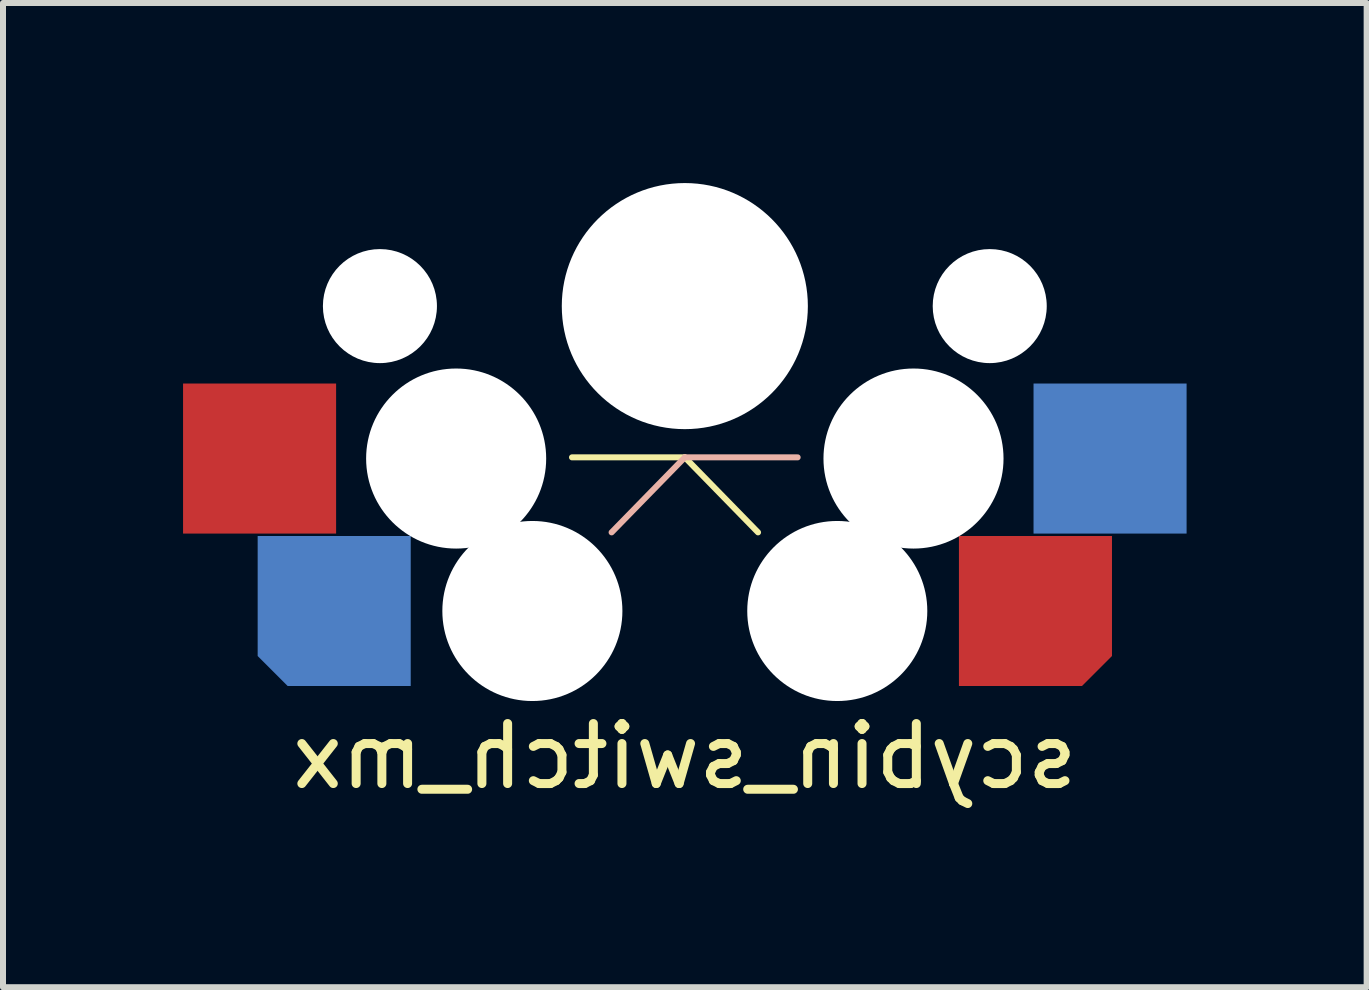
<source format=kicad_pcb>
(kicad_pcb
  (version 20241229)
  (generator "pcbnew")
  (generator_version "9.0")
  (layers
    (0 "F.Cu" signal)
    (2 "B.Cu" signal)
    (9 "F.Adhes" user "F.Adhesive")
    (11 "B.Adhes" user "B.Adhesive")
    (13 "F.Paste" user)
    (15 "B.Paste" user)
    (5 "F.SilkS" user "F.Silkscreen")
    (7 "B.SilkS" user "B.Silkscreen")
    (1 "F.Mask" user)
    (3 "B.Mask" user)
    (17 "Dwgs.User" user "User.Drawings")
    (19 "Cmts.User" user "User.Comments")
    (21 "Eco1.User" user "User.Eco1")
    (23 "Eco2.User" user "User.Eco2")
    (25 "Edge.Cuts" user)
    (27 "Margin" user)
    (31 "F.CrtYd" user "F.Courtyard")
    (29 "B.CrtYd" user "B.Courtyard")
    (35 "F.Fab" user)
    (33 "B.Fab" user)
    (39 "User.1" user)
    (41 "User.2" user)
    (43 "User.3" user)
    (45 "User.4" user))
  (footprint "scybin_switch_mx"
    (layer "F.Cu")
    (at 8.36 2.05)
    (property "Reference" "scybin_switch_mx" (at 0 7.5 0) (layer "F.SilkS") (effects (font (size 1 1) (thickness 0.15)) (justify mirror)))
    (fp_line (start 0 2.52) (end -1.88 2.52) (stroke (width 0.1) (type default)) (layer "F.SilkS"))
    (fp_line (start 1.22 3.77) (end 0 2.52) (stroke (width 0.1) (type default)) (layer "F.SilkS"))
    (fp_line (start -1.22 3.77) (end 0 2.52) (stroke (width 0.1) (type default)) (layer "B.SilkS"))
    (fp_line (start 0 2.52) (end 1.88 2.52) (stroke (width 0.1) (type default)) (layer "B.SilkS"))
    (pad "" np_thru_hole circle (at -5.08 0 180) (size 1.9 1.9) (drill 1.9) (layers "*.Cu" "*.Mask"))
    (pad "" np_thru_hole circle (at -3.81 2.54 180) (size 3 3) (drill 3) (layers "*.Cu" "*.Mask"))
    (pad "" np_thru_hole circle (at -2.54 5.08 180) (size 3 3) (drill 3) (layers "*.Cu" "*.Mask"))
    (pad "" np_thru_hole circle (at 0 0 180) (size 4.1 4.1) (drill 4.1) (layers "*.Cu" "*.Mask"))
    (pad "" np_thru_hole circle (at 2.54 5.08 180) (size 3 3) (drill 3) (layers "*.Cu" "*.Mask"))
    (pad "" np_thru_hole circle (at 3.81 2.54 180) (size 3 3) (drill 3) (layers "*.Cu" "*.Mask"))
    (pad "" np_thru_hole circle (at 5.08 0 180) (size 1.9 1.9) (drill 1.9) (layers "*.Cu" "*.Mask"))
    (pad "1" smd rect (at -7.085 2.54 180) (size 2.55 2.5) (layers "F.Cu" "F.Mask" "F.Paste"))
    (pad "1" smd rect (at 7.085 2.54 180) (size 2.55 2.5) (layers "B.Cu" "B.Mask" "B.Paste"))
    (pad "2" smd roundrect (at -5.842 5.08 180) (size 2.55 2.5) (layers "B.Cu" "B.Mask" "B.Paste") (roundrect_rratio 0) (chamfer_ratio 0.2) (chamfer top_right))
    (pad "2" smd roundrect (at 5.842 5.08 180) (size 2.55 2.5) (layers "F.Cu" "F.Mask" "F.Paste") (roundrect_rratio 0) (chamfer_ratio 0.2) (chamfer top_left)))
  (gr_rect
    (start -3 -3)
    (end 19.72 13.398)
    (stroke (width 0.1) (type default))
    (fill no)
    (layer "Edge.Cuts")))
</source>
